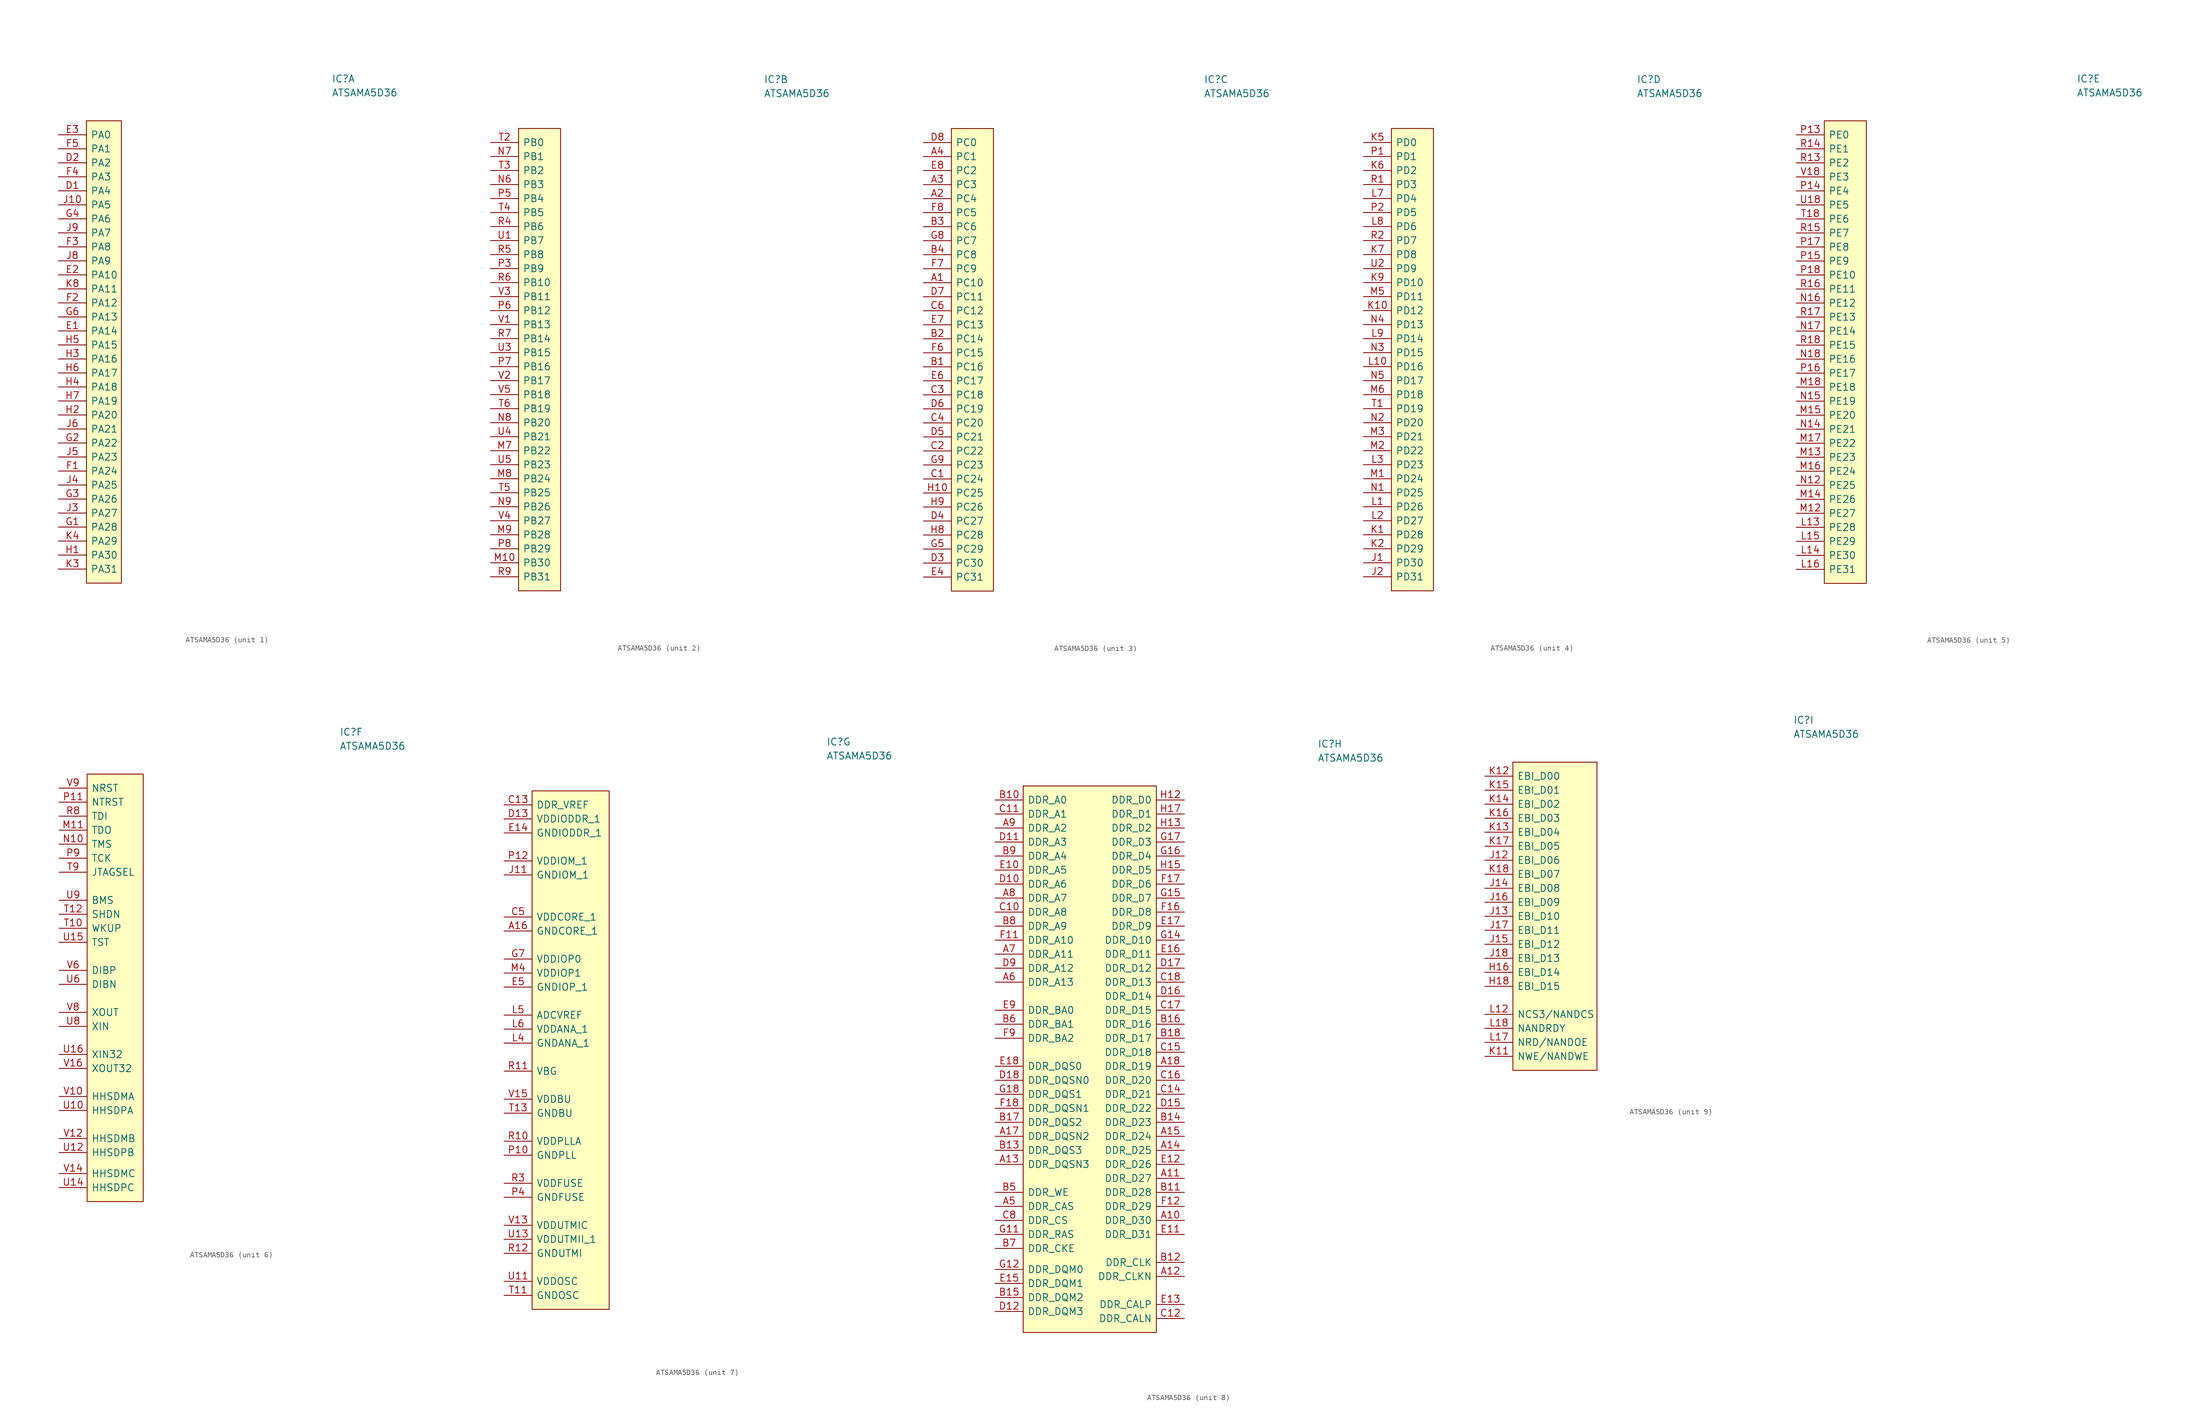
<source format=kicad_sym>
(kicad_symbol_lib
  (version 20211014)
  (generator kicad_symbol_editor)
  (symbol "ATSAMA5D36"
    (pin_names
      (offset 0.762))
    (property "Reference" "IC"
      (at 41.91 7.62 0)
      (effects (font (size 1.27 1.27)) (justify left)))
    (property "Value" "ATSAMA5D36"
      (at 41.91 5.08 0)
      (effects (font (size 1.27 1.27)) (justify left)))
    (property "ki_locked" ""
      (at 0 0 0)
      (effects (font (size 1.27 1.27))))
    (symbol "ATSAMA5D36_1_1"
      (rectangle (start -2.54 0) (end 3.81 -83.82) (stroke (width 0.152) (type default) (color 0 0 0 0)) (fill (type background)))
      (pin passive line (at -7.62 -12.7 0) (length 5.08) (name "PA4" (effects (font (size 1.27 1.27)))) (number "D1" (effects (font (size 1.27 1.27)))))
      (pin passive line (at -7.62 -7.62 0) (length 5.08) (name "PA2" (effects (font (size 1.27 1.27)))) (number "D2" (effects (font (size 1.27 1.27)))))
      (pin passive line (at -7.62 -38.1 0) (length 5.08) (name "PA14" (effects (font (size 1.27 1.27)))) (number "E1" (effects (font (size 1.27 1.27)))))
      (pin passive line (at -7.62 -27.94 0) (length 5.08) (name "PA10" (effects (font (size 1.27 1.27)))) (number "E2" (effects (font (size 1.27 1.27)))))
      (pin passive line (at -7.62 -2.54 0) (length 5.08) (name "PA0" (effects (font (size 1.27 1.27)))) (number "E3" (effects (font (size 1.27 1.27)))))
      (pin passive line (at -7.62 -63.5 0) (length 5.08) (name "PA24" (effects (font (size 1.27 1.27)))) (number "F1" (effects (font (size 1.27 1.27)))))
      (pin passive line (at -7.62 -33.02 0) (length 5.08) (name "PA12" (effects (font (size 1.27 1.27)))) (number "F2" (effects (font (size 1.27 1.27)))))
      (pin passive line (at -7.62 -22.86 0) (length 5.08) (name "PA8" (effects (font (size 1.27 1.27)))) (number "F3" (effects (font (size 1.27 1.27)))))
      (pin passive line (at -7.62 -10.16 0) (length 5.08) (name "PA3" (effects (font (size 1.27 1.27)))) (number "F4" (effects (font (size 1.27 1.27)))))
      (pin passive line (at -7.62 -5.08 0) (length 5.08) (name "PA1" (effects (font (size 1.27 1.27)))) (number "F5" (effects (font (size 1.27 1.27)))))
      (pin passive line (at -7.62 -73.66 0) (length 5.08) (name "PA28" (effects (font (size 1.27 1.27)))) (number "G1" (effects (font (size 1.27 1.27)))))
      (pin passive line (at -7.62 -58.42 0) (length 5.08) (name "PA22" (effects (font (size 1.27 1.27)))) (number "G2" (effects (font (size 1.27 1.27)))))
      (pin passive line (at -7.62 -68.58 0) (length 5.08) (name "PA26" (effects (font (size 1.27 1.27)))) (number "G3" (effects (font (size 1.27 1.27)))))
      (pin passive line (at -7.62 -17.78 0) (length 5.08) (name "PA6" (effects (font (size 1.27 1.27)))) (number "G4" (effects (font (size 1.27 1.27)))))
      (pin passive line (at -7.62 -35.56 0) (length 5.08) (name "PA13" (effects (font (size 1.27 1.27)))) (number "G6" (effects (font (size 1.27 1.27)))))
      (pin passive line (at -7.62 -78.74 0) (length 5.08) (name "PA30" (effects (font (size 1.27 1.27)))) (number "H1" (effects (font (size 1.27 1.27)))))
      (pin passive line (at -7.62 -53.34 0) (length 5.08) (name "PA20" (effects (font (size 1.27 1.27)))) (number "H2" (effects (font (size 1.27 1.27)))))
      (pin passive line (at -7.62 -43.18 0) (length 5.08) (name "PA16" (effects (font (size 1.27 1.27)))) (number "H3" (effects (font (size 1.27 1.27)))))
      (pin passive line (at -7.62 -48.26 0) (length 5.08) (name "PA18" (effects (font (size 1.27 1.27)))) (number "H4" (effects (font (size 1.27 1.27)))))
      (pin passive line (at -7.62 -40.64 0) (length 5.08) (name "PA15" (effects (font (size 1.27 1.27)))) (number "H5" (effects (font (size 1.27 1.27)))))
      (pin passive line (at -7.62 -45.72 0) (length 5.08) (name "PA17" (effects (font (size 1.27 1.27)))) (number "H6" (effects (font (size 1.27 1.27)))))
      (pin passive line (at -7.62 -50.8 0) (length 5.08) (name "PA19" (effects (font (size 1.27 1.27)))) (number "H7" (effects (font (size 1.27 1.27)))))
      (pin passive line (at -7.62 -15.24 0) (length 5.08) (name "PA5" (effects (font (size 1.27 1.27)))) (number "J10" (effects (font (size 1.27 1.27)))))
      (pin passive line (at -7.62 -71.12 0) (length 5.08) (name "PA27" (effects (font (size 1.27 1.27)))) (number "J3" (effects (font (size 1.27 1.27)))))
      (pin passive line (at -7.62 -66.04 0) (length 5.08) (name "PA25" (effects (font (size 1.27 1.27)))) (number "J4" (effects (font (size 1.27 1.27)))))
      (pin passive line (at -7.62 -60.96 0) (length 5.08) (name "PA23" (effects (font (size 1.27 1.27)))) (number "J5" (effects (font (size 1.27 1.27)))))
      (pin passive line (at -7.62 -55.88 0) (length 5.08) (name "PA21" (effects (font (size 1.27 1.27)))) (number "J6" (effects (font (size 1.27 1.27)))))
      (pin passive line (at -7.62 -25.4 0) (length 5.08) (name "PA9" (effects (font (size 1.27 1.27)))) (number "J8" (effects (font (size 1.27 1.27)))))
      (pin passive line (at -7.62 -20.32 0) (length 5.08) (name "PA7" (effects (font (size 1.27 1.27)))) (number "J9" (effects (font (size 1.27 1.27)))))
      (pin passive line (at -7.62 -81.28 0) (length 5.08) (name "PA31" (effects (font (size 1.27 1.27)))) (number "K3" (effects (font (size 1.27 1.27)))))
      (pin passive line (at -7.62 -76.2 0) (length 5.08) (name "PA29" (effects (font (size 1.27 1.27)))) (number "K4" (effects (font (size 1.27 1.27)))))
      (pin passive line (at -7.62 -30.48 0) (length 5.08) (name "PA11" (effects (font (size 1.27 1.27)))) (number "K8" (effects (font (size 1.27 1.27))))))
    (symbol "ATSAMA5D36_2_0"
      (pin passive line (at -7.62 -80.01 0) (length 5.08) (name "PB30" (effects (font (size 1.27 1.27)))) (number "M10" (effects (font (size 1.27 1.27)))))
      (pin passive line (at -7.62 -59.69 0) (length 5.08) (name "PB22" (effects (font (size 1.27 1.27)))) (number "M7" (effects (font (size 1.27 1.27)))))
      (pin passive line (at -7.62 -64.77 0) (length 5.08) (name "PB24" (effects (font (size 1.27 1.27)))) (number "M8" (effects (font (size 1.27 1.27)))))
      (pin passive line (at -7.62 -74.93 0) (length 5.08) (name "PB28" (effects (font (size 1.27 1.27)))) (number "M9" (effects (font (size 1.27 1.27)))))
      (pin passive line (at -7.62 -54.61 0) (length 5.08) (name "PB20" (effects (font (size 1.27 1.27)))) (number "N8" (effects (font (size 1.27 1.27)))))
      (pin passive line (at -7.62 -69.85 0) (length 5.08) (name "PB26" (effects (font (size 1.27 1.27)))) (number "N9" (effects (font (size 1.27 1.27)))))
      (pin passive line (at -7.62 -44.45 0) (length 5.08) (name "PB16" (effects (font (size 1.27 1.27)))) (number "P7" (effects (font (size 1.27 1.27)))))
      (pin passive line (at -7.62 -77.47 0) (length 5.08) (name "PB29" (effects (font (size 1.27 1.27)))) (number "P8" (effects (font (size 1.27 1.27)))))
      (pin passive line (at -7.62 -82.55 0) (length 5.08) (name "PB31" (effects (font (size 1.27 1.27)))) (number "R9" (effects (font (size 1.27 1.27)))))
      (pin passive line (at -7.62 -67.31 0) (length 5.08) (name "PB25" (effects (font (size 1.27 1.27)))) (number "T5" (effects (font (size 1.27 1.27)))))
      (pin passive line (at -7.62 -52.07 0) (length 5.08) (name "PB19" (effects (font (size 1.27 1.27)))) (number "T6" (effects (font (size 1.27 1.27)))))
      (pin passive line (at -7.62 -41.91 0) (length 5.08) (name "PB15" (effects (font (size 1.27 1.27)))) (number "U3" (effects (font (size 1.27 1.27)))))
      (pin passive line (at -7.62 -57.15 0) (length 5.08) (name "PB21" (effects (font (size 1.27 1.27)))) (number "U4" (effects (font (size 1.27 1.27)))))
      (pin passive line (at -7.62 -62.23 0) (length 5.08) (name "PB23" (effects (font (size 1.27 1.27)))) (number "U5" (effects (font (size 1.27 1.27)))))
      (pin passive line (at -7.62 -46.99 0) (length 5.08) (name "PB17" (effects (font (size 1.27 1.27)))) (number "V2" (effects (font (size 1.27 1.27)))))
      (pin passive line (at -7.62 -72.39 0) (length 5.08) (name "PB27" (effects (font (size 1.27 1.27)))) (number "V4" (effects (font (size 1.27 1.27)))))
      (pin passive line (at -7.62 -49.53 0) (length 5.08) (name "PB18" (effects (font (size 1.27 1.27)))) (number "V5" (effects (font (size 1.27 1.27))))))
    (symbol "ATSAMA5D36_2_1"
      (rectangle (start -2.54 -1.27) (end 5.08 -85.09) (stroke (width 0.152) (type default) (color 0 0 0 0)) (fill (type background)))
      (pin passive line (at -7.62 -11.43 0) (length 5.08) (name "PB3" (effects (font (size 1.27 1.27)))) (number "N6" (effects (font (size 1.27 1.27)))))
      (pin passive line (at -7.62 -6.35 0) (length 5.08) (name "PB1" (effects (font (size 1.27 1.27)))) (number "N7" (effects (font (size 1.27 1.27)))))
      (pin passive line (at -7.62 -26.67 0) (length 5.08) (name "PB9" (effects (font (size 1.27 1.27)))) (number "P3" (effects (font (size 1.27 1.27)))))
      (pin passive line (at -7.62 -13.97 0) (length 5.08) (name "PB4" (effects (font (size 1.27 1.27)))) (number "P5" (effects (font (size 1.27 1.27)))))
      (pin passive line (at -7.62 -34.29 0) (length 5.08) (name "PB12" (effects (font (size 1.27 1.27)))) (number "P6" (effects (font (size 1.27 1.27)))))
      (pin passive line (at -7.62 -19.05 0) (length 5.08) (name "PB6" (effects (font (size 1.27 1.27)))) (number "R4" (effects (font (size 1.27 1.27)))))
      (pin passive line (at -7.62 -24.13 0) (length 5.08) (name "PB8" (effects (font (size 1.27 1.27)))) (number "R5" (effects (font (size 1.27 1.27)))))
      (pin passive line (at -7.62 -29.21 0) (length 5.08) (name "PB10" (effects (font (size 1.27 1.27)))) (number "R6" (effects (font (size 1.27 1.27)))))
      (pin passive line (at -7.62 -39.37 0) (length 5.08) (name "PB14" (effects (font (size 1.27 1.27)))) (number "R7" (effects (font (size 1.27 1.27)))))
      (pin passive line (at -7.62 -3.81 0) (length 5.08) (name "PB0" (effects (font (size 1.27 1.27)))) (number "T2" (effects (font (size 1.27 1.27)))))
      (pin passive line (at -7.62 -8.89 0) (length 5.08) (name "PB2" (effects (font (size 1.27 1.27)))) (number "T3" (effects (font (size 1.27 1.27)))))
      (pin passive line (at -7.62 -16.51 0) (length 5.08) (name "PB5" (effects (font (size 1.27 1.27)))) (number "T4" (effects (font (size 1.27 1.27)))))
      (pin passive line (at -7.62 -21.59 0) (length 5.08) (name "PB7" (effects (font (size 1.27 1.27)))) (number "U1" (effects (font (size 1.27 1.27)))))
      (pin passive line (at -7.62 -36.83 0) (length 5.08) (name "PB13" (effects (font (size 1.27 1.27)))) (number "V1" (effects (font (size 1.27 1.27)))))
      (pin passive line (at -7.62 -31.75 0) (length 5.08) (name "PB11" (effects (font (size 1.27 1.27)))) (number "V3" (effects (font (size 1.27 1.27))))))
    (symbol "ATSAMA5D36_3_0"
      (pin passive line (at -8.89 -29.21 0) (length 5.08) (name "PC10" (effects (font (size 1.27 1.27)))) (number "A1" (effects (font (size 1.27 1.27)))))
      (pin passive line (at -8.89 -13.97 0) (length 5.08) (name "PC4" (effects (font (size 1.27 1.27)))) (number "A2" (effects (font (size 1.27 1.27)))))
      (pin passive line (at -8.89 -11.43 0) (length 5.08) (name "PC3" (effects (font (size 1.27 1.27)))) (number "A3" (effects (font (size 1.27 1.27)))))
      (pin passive line (at -8.89 -6.35 0) (length 5.08) (name "PC1" (effects (font (size 1.27 1.27)))) (number "A4" (effects (font (size 1.27 1.27)))))
      (pin passive line (at -8.89 -44.45 0) (length 5.08) (name "PC16" (effects (font (size 1.27 1.27)))) (number "B1" (effects (font (size 1.27 1.27)))))
      (pin passive line (at -8.89 -39.37 0) (length 5.08) (name "PC14" (effects (font (size 1.27 1.27)))) (number "B2" (effects (font (size 1.27 1.27)))))
      (pin passive line (at -8.89 -19.05 0) (length 5.08) (name "PC6" (effects (font (size 1.27 1.27)))) (number "B3" (effects (font (size 1.27 1.27)))))
      (pin passive line (at -8.89 -24.13 0) (length 5.08) (name "PC8" (effects (font (size 1.27 1.27)))) (number "B4" (effects (font (size 1.27 1.27)))))
      (pin passive line (at -8.89 -64.77 0) (length 5.08) (name "PC24" (effects (font (size 1.27 1.27)))) (number "C1" (effects (font (size 1.27 1.27)))))
      (pin passive line (at -8.89 -59.69 0) (length 5.08) (name "PC22" (effects (font (size 1.27 1.27)))) (number "C2" (effects (font (size 1.27 1.27)))))
      (pin passive line (at -8.89 -49.53 0) (length 5.08) (name "PC18" (effects (font (size 1.27 1.27)))) (number "C3" (effects (font (size 1.27 1.27)))))
      (pin passive line (at -8.89 -54.61 0) (length 5.08) (name "PC20" (effects (font (size 1.27 1.27)))) (number "C4" (effects (font (size 1.27 1.27)))))
      (pin passive line (at -8.89 -34.29 0) (length 5.08) (name "PC12" (effects (font (size 1.27 1.27)))) (number "C6" (effects (font (size 1.27 1.27)))))
      (pin passive line (at -8.89 -80.01 0) (length 5.08) (name "PC30" (effects (font (size 1.27 1.27)))) (number "D3" (effects (font (size 1.27 1.27)))))
      (pin passive line (at -8.89 -72.39 0) (length 5.08) (name "PC27" (effects (font (size 1.27 1.27)))) (number "D4" (effects (font (size 1.27 1.27)))))
      (pin passive line (at -8.89 -57.15 0) (length 5.08) (name "PC21" (effects (font (size 1.27 1.27)))) (number "D5" (effects (font (size 1.27 1.27)))))
      (pin passive line (at -8.89 -52.07 0) (length 5.08) (name "PC19" (effects (font (size 1.27 1.27)))) (number "D6" (effects (font (size 1.27 1.27)))))
      (pin passive line (at -8.89 -31.75 0) (length 5.08) (name "PC11" (effects (font (size 1.27 1.27)))) (number "D7" (effects (font (size 1.27 1.27)))))
      (pin passive line (at -8.89 -3.81 0) (length 5.08) (name "PC0" (effects (font (size 1.27 1.27)))) (number "D8" (effects (font (size 1.27 1.27)))))
      (pin passive line (at -8.89 -82.55 0) (length 5.08) (name "PC31" (effects (font (size 1.27 1.27)))) (number "E4" (effects (font (size 1.27 1.27)))))
      (pin passive line (at -8.89 -46.99 0) (length 5.08) (name "PC17" (effects (font (size 1.27 1.27)))) (number "E6" (effects (font (size 1.27 1.27)))))
      (pin passive line (at -8.89 -36.83 0) (length 5.08) (name "PC13" (effects (font (size 1.27 1.27)))) (number "E7" (effects (font (size 1.27 1.27)))))
      (pin passive line (at -8.89 -8.89 0) (length 5.08) (name "PC2" (effects (font (size 1.27 1.27)))) (number "E8" (effects (font (size 1.27 1.27)))))
      (pin passive line (at -8.89 -41.91 0) (length 5.08) (name "PC15" (effects (font (size 1.27 1.27)))) (number "F6" (effects (font (size 1.27 1.27)))))
      (pin passive line (at -8.89 -26.67 0) (length 5.08) (name "PC9" (effects (font (size 1.27 1.27)))) (number "F7" (effects (font (size 1.27 1.27)))))
      (pin passive line (at -8.89 -16.51 0) (length 5.08) (name "PC5" (effects (font (size 1.27 1.27)))) (number "F8" (effects (font (size 1.27 1.27)))))
      (pin passive line (at -8.89 -77.47 0) (length 5.08) (name "PC29" (effects (font (size 1.27 1.27)))) (number "G5" (effects (font (size 1.27 1.27)))))
      (pin passive line (at -8.89 -21.59 0) (length 5.08) (name "PC7" (effects (font (size 1.27 1.27)))) (number "G8" (effects (font (size 1.27 1.27)))))
      (pin passive line (at -8.89 -62.23 0) (length 5.08) (name "PC23" (effects (font (size 1.27 1.27)))) (number "G9" (effects (font (size 1.27 1.27)))))
      (pin passive line (at -8.89 -67.31 0) (length 5.08) (name "PC25" (effects (font (size 1.27 1.27)))) (number "H10" (effects (font (size 1.27 1.27)))))
      (pin passive line (at -8.89 -74.93 0) (length 5.08) (name "PC28" (effects (font (size 1.27 1.27)))) (number "H8" (effects (font (size 1.27 1.27)))))
      (pin passive line (at -8.89 -69.85 0) (length 5.08) (name "PC26" (effects (font (size 1.27 1.27)))) (number "H9" (effects (font (size 1.27 1.27))))))
    (symbol "ATSAMA5D36_3_1"
      (rectangle (start -3.81 -1.27) (end 3.81 -85.09) (stroke (width 0.152) (type default) (color 0 0 0 0)) (fill (type background))))
    (symbol "ATSAMA5D36_4_0"
      (pin passive line (at -7.62 -80.01 0) (length 5.08) (name "PD30" (effects (font (size 1.27 1.27)))) (number "J1" (effects (font (size 1.27 1.27)))))
      (pin passive line (at -7.62 -82.55 0) (length 5.08) (name "PD31" (effects (font (size 1.27 1.27)))) (number "J2" (effects (font (size 1.27 1.27)))))
      (pin passive line (at -7.62 -74.93 0) (length 5.08) (name "PD28" (effects (font (size 1.27 1.27)))) (number "K1" (effects (font (size 1.27 1.27)))))
      (pin passive line (at -7.62 -34.29 0) (length 5.08) (name "PD12" (effects (font (size 1.27 1.27)))) (number "K10" (effects (font (size 1.27 1.27)))))
      (pin passive line (at -7.62 -77.47 0) (length 5.08) (name "PD29" (effects (font (size 1.27 1.27)))) (number "K2" (effects (font (size 1.27 1.27)))))
      (pin passive line (at -7.62 -3.81 0) (length 5.08) (name "PD0" (effects (font (size 1.27 1.27)))) (number "K5" (effects (font (size 1.27 1.27)))))
      (pin passive line (at -7.62 -8.89 0) (length 5.08) (name "PD2" (effects (font (size 1.27 1.27)))) (number "K6" (effects (font (size 1.27 1.27)))))
      (pin passive line (at -7.62 -24.13 0) (length 5.08) (name "PD8" (effects (font (size 1.27 1.27)))) (number "K7" (effects (font (size 1.27 1.27)))))
      (pin passive line (at -7.62 -29.21 0) (length 5.08) (name "PD10" (effects (font (size 1.27 1.27)))) (number "K9" (effects (font (size 1.27 1.27)))))
      (pin passive line (at -7.62 -69.85 0) (length 5.08) (name "PD26" (effects (font (size 1.27 1.27)))) (number "L1" (effects (font (size 1.27 1.27)))))
      (pin passive line (at -7.62 -44.45 0) (length 5.08) (name "PD16" (effects (font (size 1.27 1.27)))) (number "L10" (effects (font (size 1.27 1.27)))))
      (pin passive line (at -7.62 -72.39 0) (length 5.08) (name "PD27" (effects (font (size 1.27 1.27)))) (number "L2" (effects (font (size 1.27 1.27)))))
      (pin passive line (at -7.62 -62.23 0) (length 5.08) (name "PD23" (effects (font (size 1.27 1.27)))) (number "L3" (effects (font (size 1.27 1.27)))))
      (pin passive line (at -7.62 -13.97 0) (length 5.08) (name "PD4" (effects (font (size 1.27 1.27)))) (number "L7" (effects (font (size 1.27 1.27)))))
      (pin passive line (at -7.62 -19.05 0) (length 5.08) (name "PD6" (effects (font (size 1.27 1.27)))) (number "L8" (effects (font (size 1.27 1.27)))))
      (pin passive line (at -7.62 -39.37 0) (length 5.08) (name "PD14" (effects (font (size 1.27 1.27)))) (number "L9" (effects (font (size 1.27 1.27)))))
      (pin passive line (at -7.62 -64.77 0) (length 5.08) (name "PD24" (effects (font (size 1.27 1.27)))) (number "M1" (effects (font (size 1.27 1.27)))))
      (pin passive line (at -7.62 -59.69 0) (length 5.08) (name "PD22" (effects (font (size 1.27 1.27)))) (number "M2" (effects (font (size 1.27 1.27)))))
      (pin passive line (at -7.62 -57.15 0) (length 5.08) (name "PD21" (effects (font (size 1.27 1.27)))) (number "M3" (effects (font (size 1.27 1.27)))))
      (pin passive line (at -7.62 -31.75 0) (length 5.08) (name "PD11" (effects (font (size 1.27 1.27)))) (number "M5" (effects (font (size 1.27 1.27)))))
      (pin passive line (at -7.62 -49.53 0) (length 5.08) (name "PD18" (effects (font (size 1.27 1.27)))) (number "M6" (effects (font (size 1.27 1.27)))))
      (pin passive line (at -7.62 -67.31 0) (length 5.08) (name "PD25" (effects (font (size 1.27 1.27)))) (number "N1" (effects (font (size 1.27 1.27)))))
      (pin passive line (at -7.62 -54.61 0) (length 5.08) (name "PD20" (effects (font (size 1.27 1.27)))) (number "N2" (effects (font (size 1.27 1.27)))))
      (pin passive line (at -7.62 -41.91 0) (length 5.08) (name "PD15" (effects (font (size 1.27 1.27)))) (number "N3" (effects (font (size 1.27 1.27)))))
      (pin passive line (at -7.62 -36.83 0) (length 5.08) (name "PD13" (effects (font (size 1.27 1.27)))) (number "N4" (effects (font (size 1.27 1.27)))))
      (pin passive line (at -7.62 -46.99 0) (length 5.08) (name "PD17" (effects (font (size 1.27 1.27)))) (number "N5" (effects (font (size 1.27 1.27)))))
      (pin passive line (at -7.62 -6.35 0) (length 5.08) (name "PD1" (effects (font (size 1.27 1.27)))) (number "P1" (effects (font (size 1.27 1.27)))))
      (pin passive line (at -7.62 -16.51 0) (length 5.08) (name "PD5" (effects (font (size 1.27 1.27)))) (number "P2" (effects (font (size 1.27 1.27)))))
      (pin passive line (at -7.62 -11.43 0) (length 5.08) (name "PD3" (effects (font (size 1.27 1.27)))) (number "R1" (effects (font (size 1.27 1.27)))))
      (pin passive line (at -7.62 -21.59 0) (length 5.08) (name "PD7" (effects (font (size 1.27 1.27)))) (number "R2" (effects (font (size 1.27 1.27)))))
      (pin passive line (at -7.62 -52.07 0) (length 5.08) (name "PD19" (effects (font (size 1.27 1.27)))) (number "T1" (effects (font (size 1.27 1.27)))))
      (pin passive line (at -7.62 -26.67 0) (length 5.08) (name "PD9" (effects (font (size 1.27 1.27)))) (number "U2" (effects (font (size 1.27 1.27))))))
    (symbol "ATSAMA5D36_4_1"
      (rectangle (start -2.54 -1.27) (end 5.08 -85.09) (stroke (width 0.152) (type default) (color 0 0 0 0)) (fill (type background))))
    (symbol "ATSAMA5D36_5_0"
      (pin passive line (at -8.89 -73.66 0) (length 5.08) (name "PE28" (effects (font (size 1.27 1.27)))) (number "L13" (effects (font (size 1.27 1.27)))))
      (pin passive line (at -8.89 -78.74 0) (length 5.08) (name "PE30" (effects (font (size 1.27 1.27)))) (number "L14" (effects (font (size 1.27 1.27)))))
      (pin passive line (at -8.89 -76.2 0) (length 5.08) (name "PE29" (effects (font (size 1.27 1.27)))) (number "L15" (effects (font (size 1.27 1.27)))))
      (pin passive line (at -8.89 -81.28 0) (length 5.08) (name "PE31" (effects (font (size 1.27 1.27)))) (number "L16" (effects (font (size 1.27 1.27)))))
      (pin passive line (at -8.89 -71.12 0) (length 5.08) (name "PE27" (effects (font (size 1.27 1.27)))) (number "M12" (effects (font (size 1.27 1.27)))))
      (pin passive line (at -8.89 -60.96 0) (length 5.08) (name "PE23" (effects (font (size 1.27 1.27)))) (number "M13" (effects (font (size 1.27 1.27)))))
      (pin passive line (at -8.89 -68.58 0) (length 5.08) (name "PE26" (effects (font (size 1.27 1.27)))) (number "M14" (effects (font (size 1.27 1.27)))))
      (pin passive line (at -8.89 -53.34 0) (length 5.08) (name "PE20" (effects (font (size 1.27 1.27)))) (number "M15" (effects (font (size 1.27 1.27)))))
      (pin passive line (at -8.89 -63.5 0) (length 5.08) (name "PE24" (effects (font (size 1.27 1.27)))) (number "M16" (effects (font (size 1.27 1.27)))))
      (pin passive line (at -8.89 -58.42 0) (length 5.08) (name "PE22" (effects (font (size 1.27 1.27)))) (number "M17" (effects (font (size 1.27 1.27)))))
      (pin passive line (at -8.89 -48.26 0) (length 5.08) (name "PE18" (effects (font (size 1.27 1.27)))) (number "M18" (effects (font (size 1.27 1.27)))))
      (pin passive line (at -8.89 -66.04 0) (length 5.08) (name "PE25" (effects (font (size 1.27 1.27)))) (number "N12" (effects (font (size 1.27 1.27)))))
      (pin passive line (at -8.89 -55.88 0) (length 5.08) (name "PE21" (effects (font (size 1.27 1.27)))) (number "N14" (effects (font (size 1.27 1.27)))))
      (pin passive line (at -8.89 -50.8 0) (length 5.08) (name "PE19" (effects (font (size 1.27 1.27)))) (number "N15" (effects (font (size 1.27 1.27)))))
      (pin passive line (at -8.89 -33.02 0) (length 5.08) (name "PE12" (effects (font (size 1.27 1.27)))) (number "N16" (effects (font (size 1.27 1.27)))))
      (pin passive line (at -8.89 -38.1 0) (length 5.08) (name "PE14" (effects (font (size 1.27 1.27)))) (number "N17" (effects (font (size 1.27 1.27)))))
      (pin passive line (at -8.89 -43.18 0) (length 5.08) (name "PE16" (effects (font (size 1.27 1.27)))) (number "N18" (effects (font (size 1.27 1.27)))))
      (pin passive line (at -8.89 -2.54 0) (length 5.08) (name "PE0" (effects (font (size 1.27 1.27)))) (number "P13" (effects (font (size 1.27 1.27)))))
      (pin passive line (at -8.89 -12.7 0) (length 5.08) (name "PE4" (effects (font (size 1.27 1.27)))) (number "P14" (effects (font (size 1.27 1.27)))))
      (pin passive line (at -8.89 -25.4 0) (length 5.08) (name "PE9" (effects (font (size 1.27 1.27)))) (number "P15" (effects (font (size 1.27 1.27)))))
      (pin passive line (at -8.89 -45.72 0) (length 5.08) (name "PE17" (effects (font (size 1.27 1.27)))) (number "P16" (effects (font (size 1.27 1.27)))))
      (pin passive line (at -8.89 -22.86 0) (length 5.08) (name "PE8" (effects (font (size 1.27 1.27)))) (number "P17" (effects (font (size 1.27 1.27)))))
      (pin passive line (at -8.89 -27.94 0) (length 5.08) (name "PE10" (effects (font (size 1.27 1.27)))) (number "P18" (effects (font (size 1.27 1.27)))))
      (pin passive line (at -8.89 -7.62 0) (length 5.08) (name "PE2" (effects (font (size 1.27 1.27)))) (number "R13" (effects (font (size 1.27 1.27)))))
      (pin passive line (at -8.89 -5.08 0) (length 5.08) (name "PE1" (effects (font (size 1.27 1.27)))) (number "R14" (effects (font (size 1.27 1.27)))))
      (pin passive line (at -8.89 -20.32 0) (length 5.08) (name "PE7" (effects (font (size 1.27 1.27)))) (number "R15" (effects (font (size 1.27 1.27)))))
      (pin passive line (at -8.89 -30.48 0) (length 5.08) (name "PE11" (effects (font (size 1.27 1.27)))) (number "R16" (effects (font (size 1.27 1.27)))))
      (pin passive line (at -8.89 -35.56 0) (length 5.08) (name "PE13" (effects (font (size 1.27 1.27)))) (number "R17" (effects (font (size 1.27 1.27)))))
      (pin passive line (at -8.89 -40.64 0) (length 5.08) (name "PE15" (effects (font (size 1.27 1.27)))) (number "R18" (effects (font (size 1.27 1.27)))))
      (pin passive line (at -8.89 -17.78 0) (length 5.08) (name "PE6" (effects (font (size 1.27 1.27)))) (number "T18" (effects (font (size 1.27 1.27)))))
      (pin passive line (at -8.89 -15.24 0) (length 5.08) (name "PE5" (effects (font (size 1.27 1.27)))) (number "U18" (effects (font (size 1.27 1.27)))))
      (pin passive line (at -8.89 -10.16 0) (length 5.08) (name "PE3" (effects (font (size 1.27 1.27)))) (number "V18" (effects (font (size 1.27 1.27))))))
    (symbol "ATSAMA5D36_5_1"
      (rectangle (start -3.81 0) (end 3.81 -83.82) (stroke (width 0.152) (type default) (color 0 0 0 0)) (fill (type background))))
    (symbol "ATSAMA5D36_6_0"
      (pin passive line (at -8.89 -10.16 0) (length 5.08) (name "TDO" (effects (font (size 1.27 1.27)))) (number "M11" (effects (font (size 1.27 1.27)))))
      (pin passive line (at -8.89 -12.7 0) (length 5.08) (name "TMS" (effects (font (size 1.27 1.27)))) (number "N10" (effects (font (size 1.27 1.27)))))
      (pin passive line (at -8.89 -5.08 0) (length 5.08) (name "NTRST" (effects (font (size 1.27 1.27)))) (number "P11" (effects (font (size 1.27 1.27)))))
      (pin passive line (at -8.89 -15.24 0) (length 5.08) (name "TCK" (effects (font (size 1.27 1.27)))) (number "P9" (effects (font (size 1.27 1.27)))))
      (pin passive line (at -8.89 -7.62 0) (length 5.08) (name "TDI" (effects (font (size 1.27 1.27)))) (number "R8" (effects (font (size 1.27 1.27)))))
      (pin passive line (at -8.89 -27.94 0) (length 5.08) (name "WKUP" (effects (font (size 1.27 1.27)))) (number "T10" (effects (font (size 1.27 1.27)))))
      (pin passive line (at -8.89 -25.4 0) (length 5.08) (name "SHDN" (effects (font (size 1.27 1.27)))) (number "T12" (effects (font (size 1.27 1.27)))))
      (pin passive line (at -8.89 -17.78 0) (length 5.08) (name "JTAGSEL" (effects (font (size 1.27 1.27)))) (number "T9" (effects (font (size 1.27 1.27)))))
      (pin passive line (at -8.89 -60.96 0) (length 5.08) (name "HHSDPA" (effects (font (size 1.27 1.27)))) (number "U10" (effects (font (size 1.27 1.27)))))
      (pin passive line (at -8.89 -68.58 0) (length 5.08) (name "HHSDPB" (effects (font (size 1.27 1.27)))) (number "U12" (effects (font (size 1.27 1.27)))))
      (pin passive line (at -8.89 -74.93 0) (length 5.08) (name "HHSDPC" (effects (font (size 1.27 1.27)))) (number "U14" (effects (font (size 1.27 1.27)))))
      (pin passive line (at -8.89 -30.48 0) (length 5.08) (name "TST" (effects (font (size 1.27 1.27)))) (number "U15" (effects (font (size 1.27 1.27)))))
      (pin passive line (at -8.89 -50.8 0) (length 5.08) (name "XIN32" (effects (font (size 1.27 1.27)))) (number "U16" (effects (font (size 1.27 1.27)))))
      (pin passive line (at -8.89 -38.1 0) (length 5.08) (name "DIBN" (effects (font (size 1.27 1.27)))) (number "U6" (effects (font (size 1.27 1.27)))))
      (pin passive line (at -8.89 -45.72 0) (length 5.08) (name "XIN" (effects (font (size 1.27 1.27)))) (number "U8" (effects (font (size 1.27 1.27)))))
      (pin passive line (at -8.89 -22.86 0) (length 5.08) (name "BMS" (effects (font (size 1.27 1.27)))) (number "U9" (effects (font (size 1.27 1.27)))))
      (pin passive line (at -8.89 -58.42 0) (length 5.08) (name "HHSDMA" (effects (font (size 1.27 1.27)))) (number "V10" (effects (font (size 1.27 1.27)))))
      (pin passive line (at -8.89 -66.04 0) (length 5.08) (name "HHSDMB" (effects (font (size 1.27 1.27)))) (number "V12" (effects (font (size 1.27 1.27)))))
      (pin passive line (at -8.89 -72.39 0) (length 5.08) (name "HHSDMC" (effects (font (size 1.27 1.27)))) (number "V14" (effects (font (size 1.27 1.27)))))
      (pin passive line (at -8.89 -53.34 0) (length 5.08) (name "XOUT32" (effects (font (size 1.27 1.27)))) (number "V16" (effects (font (size 1.27 1.27)))))
      (pin passive line (at -8.89 -35.56 0) (length 5.08) (name "DIBP" (effects (font (size 1.27 1.27)))) (number "V6" (effects (font (size 1.27 1.27)))))
      (pin passive line (at -8.89 -43.18 0) (length 5.08) (name "XOUT" (effects (font (size 1.27 1.27)))) (number "V8" (effects (font (size 1.27 1.27)))))
      (pin passive line (at -8.89 -2.54 0) (length 5.08) (name "NRST" (effects (font (size 1.27 1.27)))) (number "V9" (effects (font (size 1.27 1.27))))))
    (symbol "ATSAMA5D36_6_1"
      (rectangle (start -3.81 0) (end 6.35 -77.47) (stroke (width 0.152) (type default) (color 0 0 0 0)) (fill (type background))))
    (symbol "ATSAMA5D36_7_0"
      (pin passive line (at -16.51 -26.67 0) (length 5.08) (name "GNDCORE_1" (effects (font (size 1.27 1.27)))) (number "A16" (effects (font (size 1.27 1.27)))))
      (pin passive line (at -16.51 -3.81 0) (length 5.08) (name "DDR_VREF" (effects (font (size 1.27 1.27)))) (number "C13" (effects (font (size 1.27 1.27)))))
      (pin passive line (at -16.51 -24.13 0) (length 5.08) (name "VDDCORE_1" (effects (font (size 1.27 1.27)))) (number "C5" (effects (font (size 1.27 1.27)))))
      (pin passive line (at -16.51 -24.13 0) (length 5.08) hide (name "VDDCORE" (effects (font (size 1.27 1.27)))) (number "C7" (effects (font (size 1.27 1.27)))))
      (pin passive line (at -16.51 -26.67 0) (length 5.08) hide (name "GNDCORE_2" (effects (font (size 1.27 1.27)))) (number "C9" (effects (font (size 1.27 1.27)))))
      (pin passive line (at -16.51 -6.35 0) (length 5.08) (name "VDDIODDR_1" (effects (font (size 1.27 1.27)))) (number "D13" (effects (font (size 1.27 1.27)))))
      (pin passive line (at -16.51 -24.13 0) (length 5.08) hide (name "VDDCORE" (effects (font (size 1.27 1.27)))) (number "D14" (effects (font (size 1.27 1.27)))))
      (pin passive line (at -16.51 -8.89 0) (length 5.08) (name "GNDIODDR_1" (effects (font (size 1.27 1.27)))) (number "E14" (effects (font (size 1.27 1.27)))))
      (pin passive line (at -16.51 -36.83 0) (length 5.08) (name "GNDIOP_1" (effects (font (size 1.27 1.27)))) (number "E5" (effects (font (size 1.27 1.27)))))
      (pin passive line (at -16.51 -8.89 0) (length 5.08) hide (name "GNDIODDR_2" (effects (font (size 1.27 1.27)))) (number "F10" (effects (font (size 1.27 1.27)))))
      (pin passive line (at -16.51 -8.89 0) (length 5.08) hide (name "GNDIODDR_3" (effects (font (size 1.27 1.27)))) (number "F13" (effects (font (size 1.27 1.27)))))
      (pin passive line (at -16.51 -6.35 0) (length 5.08) hide (name "VDDIODDR_2" (effects (font (size 1.27 1.27)))) (number "F14" (effects (font (size 1.27 1.27)))))
      (pin passive line (at -16.51 -8.89 0) (length 5.08) hide (name "GNDIODDR_4" (effects (font (size 1.27 1.27)))) (number "F15" (effects (font (size 1.27 1.27)))))
      (pin passive line (at -16.51 -6.35 0) (length 5.08) hide (name "VDDIODDR_3" (effects (font (size 1.27 1.27)))) (number "G10" (effects (font (size 1.27 1.27)))))
      (pin passive line (at -16.51 -6.35 0) (length 5.08) hide (name "VDDIODDR_4" (effects (font (size 1.27 1.27)))) (number "G13" (effects (font (size 1.27 1.27)))))
      (pin passive line (at -16.51 -31.75 0) (length 5.08) (name "VDDIOP0" (effects (font (size 1.27 1.27)))) (number "G7" (effects (font (size 1.27 1.27)))))
      (pin passive line (at -16.51 -6.35 0) (length 5.08) hide (name "VDDIODDR_5" (effects (font (size 1.27 1.27)))) (number "H11" (effects (font (size 1.27 1.27)))))
      (pin passive line (at -16.51 -8.89 0) (length 5.08) hide (name "GNDIODDR_5" (effects (font (size 1.27 1.27)))) (number "H14" (effects (font (size 1.27 1.27)))))
      (pin passive line (at -16.51 -16.51 0) (length 5.08) (name "GNDIOM_1" (effects (font (size 1.27 1.27)))) (number "J11" (effects (font (size 1.27 1.27)))))
      (pin passive line (at -16.51 -13.97 0) (length 5.08) hide (name "VDDIOM_3" (effects (font (size 1.27 1.27)))) (number "J11" (effects (font (size 1.27 1.27)))))
      (pin passive line (at -16.51 -36.83 0) (length 5.08) hide (name "GNDIOP_2" (effects (font (size 1.27 1.27)))) (number "J7" (effects (font (size 1.27 1.27)))))
      (pin passive line (at -16.51 -34.29 0) (length 5.08) hide (name "VDDIOP1" (effects (font (size 1.27 1.27)))) (number "L11" (effects (font (size 1.27 1.27)))))
      (pin passive line (at -16.51 -46.99 0) (length 5.08) (name "GNDANA_1" (effects (font (size 1.27 1.27)))) (number "L4" (effects (font (size 1.27 1.27)))))
      (pin passive line (at -16.51 -41.91 0) (length 5.08) (name "ADCVREF" (effects (font (size 1.27 1.27)))) (number "L5" (effects (font (size 1.27 1.27)))))
      (pin passive line (at -16.51 -44.45 0) (length 5.08) (name "VDDANA_1" (effects (font (size 1.27 1.27)))) (number "L6" (effects (font (size 1.27 1.27)))))
      (pin passive line (at -16.51 -34.29 0) (length 5.08) (name "VDDIOP1" (effects (font (size 1.27 1.27)))) (number "M4" (effects (font (size 1.27 1.27)))))
      (pin passive line (at -16.51 -36.83 0) (length 5.08) hide (name "GNDIOP_3" (effects (font (size 1.27 1.27)))) (number "N11" (effects (font (size 1.27 1.27)))))
      (pin passive line (at -16.51 -26.67 0) (length 5.08) hide (name "GNDCORE_3" (effects (font (size 1.27 1.27)))) (number "N13" (effects (font (size 1.27 1.27)))))
      (pin passive line (at -16.51 -67.31 0) (length 5.08) (name "GNDPLL" (effects (font (size 1.27 1.27)))) (number "P10" (effects (font (size 1.27 1.27)))))
      (pin passive line (at -16.51 -13.97 0) (length 5.08) (name "VDDIOM_1" (effects (font (size 1.27 1.27)))) (number "P12" (effects (font (size 1.27 1.27)))))
      (pin passive line (at -16.51 -74.93 0) (length 5.08) (name "GNDFUSE" (effects (font (size 1.27 1.27)))) (number "P4" (effects (font (size 1.27 1.27)))))
      (pin passive line (at -16.51 -64.77 0) (length 5.08) (name "VDDPLLA" (effects (font (size 1.27 1.27)))) (number "R10" (effects (font (size 1.27 1.27)))))
      (pin passive line (at -16.51 -52.07 0) (length 5.08) (name "VBG" (effects (font (size 1.27 1.27)))) (number "R11" (effects (font (size 1.27 1.27)))))
      (pin passive line (at -16.51 -85.09 0) (length 5.08) (name "GNDUTMI" (effects (font (size 1.27 1.27)))) (number "R12" (effects (font (size 1.27 1.27)))))
      (pin passive line (at -16.51 -72.39 0) (length 5.08) (name "VDDFUSE" (effects (font (size 1.27 1.27)))) (number "R3" (effects (font (size 1.27 1.27)))))
      (pin passive line (at -16.51 -92.71 0) (length 5.08) (name "GNDOSC" (effects (font (size 1.27 1.27)))) (number "T11" (effects (font (size 1.27 1.27)))))
      (pin passive line (at -16.51 -59.69 0) (length 5.08) (name "GNDBU" (effects (font (size 1.27 1.27)))) (number "T13" (effects (font (size 1.27 1.27)))))
      (pin passive line (at -16.51 -26.67 0) (length 5.08) hide (name "GNDCORE_4" (effects (font (size 1.27 1.27)))) (number "T14" (effects (font (size 1.27 1.27)))))
      (pin passive line (at -16.51 -24.13 0) (length 5.08) hide (name "VDDCORE" (effects (font (size 1.27 1.27)))) (number "T15" (effects (font (size 1.27 1.27)))))
      (pin passive line (at -16.51 -13.97 0) (length 5.08) hide (name "VDDIOM_2" (effects (font (size 1.27 1.27)))) (number "T16" (effects (font (size 1.27 1.27)))))
      (pin passive line (at -16.51 -16.51 0) (length 5.08) hide (name "GNDIOM_2" (effects (font (size 1.27 1.27)))) (number "T17" (effects (font (size 1.27 1.27)))))
      (pin passive line (at -16.51 -13.97 0) (length 5.08) hide (name "VDDIOM_4" (effects (font (size 1.27 1.27)))) (number "T17" (effects (font (size 1.27 1.27)))))
      (pin passive line (at -16.51 -24.13 0) (length 5.08) hide (name "VDDCORE" (effects (font (size 1.27 1.27)))) (number "T7" (effects (font (size 1.27 1.27)))))
      (pin passive line (at -16.51 -26.67 0) (length 5.08) hide (name "GNDCORE_5" (effects (font (size 1.27 1.27)))) (number "T8" (effects (font (size 1.27 1.27)))))
      (pin passive line (at -16.51 -90.17 0) (length 5.08) (name "VDDOSC" (effects (font (size 1.27 1.27)))) (number "U11" (effects (font (size 1.27 1.27)))))
      (pin passive line (at -16.51 -82.55 0) (length 5.08) (name "VDDUTMII_1" (effects (font (size 1.27 1.27)))) (number "U13" (effects (font (size 1.27 1.27)))))
      (pin passive line (at -16.51 -24.13 0) (length 5.08) hide (name "VDDCORE" (effects (font (size 1.27 1.27)))) (number "U17" (effects (font (size 1.27 1.27)))))
      (pin passive line (at -16.51 -36.83 0) (length 5.08) hide (name "GNDIOP_4" (effects (font (size 1.27 1.27)))) (number "U7" (effects (font (size 1.27 1.27)))))
      (pin passive line (at -16.51 -31.75 0) (length 5.08) hide (name "VDDIOP0" (effects (font (size 1.27 1.27)))) (number "V11" (effects (font (size 1.27 1.27)))))
      (pin passive line (at -16.51 -80.01 0) (length 5.08) (name "VDDUTMIC" (effects (font (size 1.27 1.27)))) (number "V13" (effects (font (size 1.27 1.27)))))
      (pin passive line (at -16.51 -57.15 0) (length 5.08) (name "VDDBU" (effects (font (size 1.27 1.27)))) (number "V15" (effects (font (size 1.27 1.27)))))
      (pin passive line (at -16.51 -26.67 0) (length 5.08) hide (name "GNDCORE_6" (effects (font (size 1.27 1.27)))) (number "V17" (effects (font (size 1.27 1.27)))))
      (pin passive line (at -16.51 -24.13 0) (length 5.08) hide (name "VDDCORE" (effects (font (size 1.27 1.27)))) (number "V7" (effects (font (size 1.27 1.27))))))
    (symbol "ATSAMA5D36_7_1"
      (rectangle (start -11.43 -1.27) (end 2.54 -95.25) (stroke (width 0.152) (type default) (color 0 0 0 0)) (fill (type background))))
    (symbol "ATSAMA5D36_8_0"
      (pin passive line (at 17.78 -78.74 180) (length 5.08) (name "DDR_D30" (effects (font (size 1.27 1.27)))) (number "A10" (effects (font (size 1.27 1.27)))))
      (pin passive line (at 17.78 -71.12 180) (length 5.08) (name "DDR_D27" (effects (font (size 1.27 1.27)))) (number "A11" (effects (font (size 1.27 1.27)))))
      (pin passive line (at 17.78 -88.9 180) (length 5.08) (name "DDR_CLKN" (effects (font (size 1.27 1.27)))) (number "A12" (effects (font (size 1.27 1.27)))))
      (pin passive line (at -16.51 -68.58 0) (length 5.08) (name "DDR_DQSN3" (effects (font (size 1.27 1.27)))) (number "A13" (effects (font (size 1.27 1.27)))))
      (pin passive line (at 17.78 -66.04 180) (length 5.08) (name "DDR_D25" (effects (font (size 1.27 1.27)))) (number "A14" (effects (font (size 1.27 1.27)))))
      (pin passive line (at 17.78 -63.5 180) (length 5.08) (name "DDR_D24" (effects (font (size 1.27 1.27)))) (number "A15" (effects (font (size 1.27 1.27)))))
      (pin passive line (at -16.51 -63.5 0) (length 5.08) (name "DDR_DQSN2" (effects (font (size 1.27 1.27)))) (number "A17" (effects (font (size 1.27 1.27)))))
      (pin passive line (at 17.78 -50.8 180) (length 5.08) (name "DDR_D19" (effects (font (size 1.27 1.27)))) (number "A18" (effects (font (size 1.27 1.27)))))
      (pin passive line (at -16.51 -76.2 0) (length 5.08) (name "DDR_CAS" (effects (font (size 1.27 1.27)))) (number "A5" (effects (font (size 1.27 1.27)))))
      (pin passive line (at -16.51 -35.56 0) (length 5.08) (name "DDR_A13" (effects (font (size 1.27 1.27)))) (number "A6" (effects (font (size 1.27 1.27)))))
      (pin passive line (at -16.51 -30.48 0) (length 5.08) (name "DDR_A11" (effects (font (size 1.27 1.27)))) (number "A7" (effects (font (size 1.27 1.27)))))
      (pin passive line (at -16.51 -20.32 0) (length 5.08) (name "DDR_A7" (effects (font (size 1.27 1.27)))) (number "A8" (effects (font (size 1.27 1.27)))))
      (pin passive line (at -16.51 -7.62 0) (length 5.08) (name "DDR_A2" (effects (font (size 1.27 1.27)))) (number "A9" (effects (font (size 1.27 1.27)))))
      (pin passive line (at -16.51 -2.54 0) (length 5.08) (name "DDR_A0" (effects (font (size 1.27 1.27)))) (number "B10" (effects (font (size 1.27 1.27)))))
      (pin passive line (at 17.78 -73.66 180) (length 5.08) (name "DDR_D28" (effects (font (size 1.27 1.27)))) (number "B11" (effects (font (size 1.27 1.27)))))
      (pin passive line (at 17.78 -86.36 180) (length 5.08) (name "DDR_CLK" (effects (font (size 1.27 1.27)))) (number "B12" (effects (font (size 1.27 1.27)))))
      (pin passive line (at -16.51 -66.04 0) (length 5.08) (name "DDR_DQS3" (effects (font (size 1.27 1.27)))) (number "B13" (effects (font (size 1.27 1.27)))))
      (pin passive line (at 17.78 -60.96 180) (length 5.08) (name "DDR_D23" (effects (font (size 1.27 1.27)))) (number "B14" (effects (font (size 1.27 1.27)))))
      (pin passive line (at -16.51 -92.71 0) (length 5.08) (name "DDR_DQM2" (effects (font (size 1.27 1.27)))) (number "B15" (effects (font (size 1.27 1.27)))))
      (pin passive line (at 17.78 -43.18 180) (length 5.08) (name "DDR_D16" (effects (font (size 1.27 1.27)))) (number "B16" (effects (font (size 1.27 1.27)))))
      (pin passive line (at -16.51 -60.96 0) (length 5.08) (name "DDR_DQS2" (effects (font (size 1.27 1.27)))) (number "B17" (effects (font (size 1.27 1.27)))))
      (pin passive line (at 17.78 -45.72 180) (length 5.08) (name "DDR_D17" (effects (font (size 1.27 1.27)))) (number "B18" (effects (font (size 1.27 1.27)))))
      (pin passive line (at -16.51 -73.66 0) (length 5.08) (name "DDR_WE" (effects (font (size 1.27 1.27)))) (number "B5" (effects (font (size 1.27 1.27)))))
      (pin passive line (at -16.51 -43.18 0) (length 5.08) (name "DDR_BA1" (effects (font (size 1.27 1.27)))) (number "B6" (effects (font (size 1.27 1.27)))))
      (pin passive line (at -16.51 -83.82 0) (length 5.08) (name "DDR_CKE" (effects (font (size 1.27 1.27)))) (number "B7" (effects (font (size 1.27 1.27)))))
      (pin passive line (at -16.51 -25.4 0) (length 5.08) (name "DDR_A9" (effects (font (size 1.27 1.27)))) (number "B8" (effects (font (size 1.27 1.27)))))
      (pin passive line (at -16.51 -12.7 0) (length 5.08) (name "DDR_A4" (effects (font (size 1.27 1.27)))) (number "B9" (effects (font (size 1.27 1.27)))))
      (pin passive line (at -16.51 -22.86 0) (length 5.08) (name "DDR_A8" (effects (font (size 1.27 1.27)))) (number "C10" (effects (font (size 1.27 1.27)))))
      (pin passive line (at -16.51 -5.08 0) (length 5.08) (name "DDR_A1" (effects (font (size 1.27 1.27)))) (number "C11" (effects (font (size 1.27 1.27)))))
      (pin passive line (at 17.78 -96.52 180) (length 5.08) (name "DDR_CALN" (effects (font (size 1.27 1.27)))) (number "C12" (effects (font (size 1.27 1.27)))))
      (pin passive line (at 17.78 -55.88 180) (length 5.08) (name "DDR_D21" (effects (font (size 1.27 1.27)))) (number "C14" (effects (font (size 1.27 1.27)))))
      (pin passive line (at 17.78 -48.26 180) (length 5.08) (name "DDR_D18" (effects (font (size 1.27 1.27)))) (number "C15" (effects (font (size 1.27 1.27)))))
      (pin passive line (at 17.78 -53.34 180) (length 5.08) (name "DDR_D20" (effects (font (size 1.27 1.27)))) (number "C16" (effects (font (size 1.27 1.27)))))
      (pin passive line (at 17.78 -40.64 180) (length 5.08) (name "DDR_D15" (effects (font (size 1.27 1.27)))) (number "C17" (effects (font (size 1.27 1.27)))))
      (pin passive line (at 17.78 -35.56 180) (length 5.08) (name "DDR_D13" (effects (font (size 1.27 1.27)))) (number "C18" (effects (font (size 1.27 1.27)))))
      (pin passive line (at -16.51 -78.74 0) (length 5.08) (name "DDR_CS" (effects (font (size 1.27 1.27)))) (number "C8" (effects (font (size 1.27 1.27)))))
      (pin passive line (at -16.51 -17.78 0) (length 5.08) (name "DDR_A6" (effects (font (size 1.27 1.27)))) (number "D10" (effects (font (size 1.27 1.27)))))
      (pin passive line (at -16.51 -10.16 0) (length 5.08) (name "DDR_A3" (effects (font (size 1.27 1.27)))) (number "D11" (effects (font (size 1.27 1.27)))))
      (pin passive line (at -16.51 -95.25 0) (length 5.08) (name "DDR_DQM3" (effects (font (size 1.27 1.27)))) (number "D12" (effects (font (size 1.27 1.27)))))
      (pin passive line (at 17.78 -58.42 180) (length 5.08) (name "DDR_D22" (effects (font (size 1.27 1.27)))) (number "D15" (effects (font (size 1.27 1.27)))))
      (pin passive line (at 17.78 -38.1 180) (length 5.08) (name "DDR_D14" (effects (font (size 1.27 1.27)))) (number "D16" (effects (font (size 1.27 1.27)))))
      (pin passive line (at 17.78 -33.02 180) (length 5.08) (name "DDR_D12" (effects (font (size 1.27 1.27)))) (number "D17" (effects (font (size 1.27 1.27)))))
      (pin passive line (at -16.51 -53.34 0) (length 5.08) (name "DDR_DQSN0" (effects (font (size 1.27 1.27)))) (number "D18" (effects (font (size 1.27 1.27)))))
      (pin passive line (at -16.51 -33.02 0) (length 5.08) (name "DDR_A12" (effects (font (size 1.27 1.27)))) (number "D9" (effects (font (size 1.27 1.27)))))
      (pin passive line (at -16.51 -15.24 0) (length 5.08) (name "DDR_A5" (effects (font (size 1.27 1.27)))) (number "E10" (effects (font (size 1.27 1.27)))))
      (pin passive line (at 17.78 -81.28 180) (length 5.08) (name "DDR_D31" (effects (font (size 1.27 1.27)))) (number "E11" (effects (font (size 1.27 1.27)))))
      (pin passive line (at 17.78 -68.58 180) (length 5.08) (name "DDR_D26" (effects (font (size 1.27 1.27)))) (number "E12" (effects (font (size 1.27 1.27)))))
      (pin passive line (at 17.78 -93.98 180) (length 5.08) (name "DDR_CALP" (effects (font (size 1.27 1.27)))) (number "E13" (effects (font (size 1.27 1.27)))))
      (pin passive line (at -16.51 -90.17 0) (length 5.08) (name "DDR_DQM1" (effects (font (size 1.27 1.27)))) (number "E15" (effects (font (size 1.27 1.27)))))
      (pin passive line (at 17.78 -30.48 180) (length 5.08) (name "DDR_D11" (effects (font (size 1.27 1.27)))) (number "E16" (effects (font (size 1.27 1.27)))))
      (pin passive line (at 17.78 -25.4 180) (length 5.08) (name "DDR_D9" (effects (font (size 1.27 1.27)))) (number "E17" (effects (font (size 1.27 1.27)))))
      (pin passive line (at -16.51 -50.8 0) (length 5.08) (name "DDR_DQS0" (effects (font (size 1.27 1.27)))) (number "E18" (effects (font (size 1.27 1.27)))))
      (pin passive line (at -16.51 -40.64 0) (length 5.08) (name "DDR_BA0" (effects (font (size 1.27 1.27)))) (number "E9" (effects (font (size 1.27 1.27)))))
      (pin passive line (at -16.51 -27.94 0) (length 5.08) (name "DDR_A10" (effects (font (size 1.27 1.27)))) (number "F11" (effects (font (size 1.27 1.27)))))
      (pin passive line (at 17.78 -76.2 180) (length 5.08) (name "DDR_D29" (effects (font (size 1.27 1.27)))) (number "F12" (effects (font (size 1.27 1.27)))))
      (pin passive line (at 17.78 -22.86 180) (length 5.08) (name "DDR_D8" (effects (font (size 1.27 1.27)))) (number "F16" (effects (font (size 1.27 1.27)))))
      (pin passive line (at 17.78 -17.78 180) (length 5.08) (name "DDR_D6" (effects (font (size 1.27 1.27)))) (number "F17" (effects (font (size 1.27 1.27)))))
      (pin passive line (at -16.51 -58.42 0) (length 5.08) (name "DDR_DQSN1" (effects (font (size 1.27 1.27)))) (number "F18" (effects (font (size 1.27 1.27)))))
      (pin passive line (at -16.51 -45.72 0) (length 5.08) (name "DDR_BA2" (effects (font (size 1.27 1.27)))) (number "F9" (effects (font (size 1.27 1.27)))))
      (pin passive line (at -16.51 -81.28 0) (length 5.08) (name "DDR_RAS" (effects (font (size 1.27 1.27)))) (number "G11" (effects (font (size 1.27 1.27)))))
      (pin passive line (at -16.51 -87.63 0) (length 5.08) (name "DDR_DQM0" (effects (font (size 1.27 1.27)))) (number "G12" (effects (font (size 1.27 1.27)))))
      (pin passive line (at 17.78 -27.94 180) (length 5.08) (name "DDR_D10" (effects (font (size 1.27 1.27)))) (number "G14" (effects (font (size 1.27 1.27)))))
      (pin passive line (at 17.78 -20.32 180) (length 5.08) (name "DDR_D7" (effects (font (size 1.27 1.27)))) (number "G15" (effects (font (size 1.27 1.27)))))
      (pin passive line (at 17.78 -12.7 180) (length 5.08) (name "DDR_D4" (effects (font (size 1.27 1.27)))) (number "G16" (effects (font (size 1.27 1.27)))))
      (pin passive line (at 17.78 -10.16 180) (length 5.08) (name "DDR_D3" (effects (font (size 1.27 1.27)))) (number "G17" (effects (font (size 1.27 1.27)))))
      (pin passive line (at -16.51 -55.88 0) (length 5.08) (name "DDR_DQS1" (effects (font (size 1.27 1.27)))) (number "G18" (effects (font (size 1.27 1.27)))))
      (pin passive line (at 17.78 -2.54 180) (length 5.08) (name "DDR_D0" (effects (font (size 1.27 1.27)))) (number "H12" (effects (font (size 1.27 1.27)))))
      (pin passive line (at 17.78 -7.62 180) (length 5.08) (name "DDR_D2" (effects (font (size 1.27 1.27)))) (number "H13" (effects (font (size 1.27 1.27)))))
      (pin passive line (at 17.78 -15.24 180) (length 5.08) (name "DDR_D5" (effects (font (size 1.27 1.27)))) (number "H15" (effects (font (size 1.27 1.27)))))
      (pin passive line (at 17.78 -5.08 180) (length 5.08) (name "DDR_D1" (effects (font (size 1.27 1.27)))) (number "H17" (effects (font (size 1.27 1.27))))))
    (symbol "ATSAMA5D36_8_1"
      (rectangle (start -11.43 0) (end 12.7 -99.06) (stroke (width 0.152) (type default) (color 0 0 0 0)) (fill (type background))))
    (symbol "ATSAMA5D36_9_0"
      (pin passive line (at -13.97 -38.1 0) (length 5.08) (name "EBI_D14" (effects (font (size 1.27 1.27)))) (number "H16" (effects (font (size 1.27 1.27)))))
      (pin passive line (at -13.97 -40.64 0) (length 5.08) (name "EBI_D15" (effects (font (size 1.27 1.27)))) (number "H18" (effects (font (size 1.27 1.27)))))
      (pin passive line (at -13.97 -17.78 0) (length 5.08) (name "EBI_D06" (effects (font (size 1.27 1.27)))) (number "J12" (effects (font (size 1.27 1.27)))))
      (pin passive line (at -13.97 -27.94 0) (length 5.08) (name "EBI_D10" (effects (font (size 1.27 1.27)))) (number "J13" (effects (font (size 1.27 1.27)))))
      (pin passive line (at -13.97 -22.86 0) (length 5.08) (name "EBI_D08" (effects (font (size 1.27 1.27)))) (number "J14" (effects (font (size 1.27 1.27)))))
      (pin passive line (at -13.97 -33.02 0) (length 5.08) (name "EBI_D12" (effects (font (size 1.27 1.27)))) (number "J15" (effects (font (size 1.27 1.27)))))
      (pin passive line (at -13.97 -25.4 0) (length 5.08) (name "EBI_D09" (effects (font (size 1.27 1.27)))) (number "J16" (effects (font (size 1.27 1.27)))))
      (pin passive line (at -13.97 -30.48 0) (length 5.08) (name "EBI_D11" (effects (font (size 1.27 1.27)))) (number "J17" (effects (font (size 1.27 1.27)))))
      (pin passive line (at -13.97 -35.56 0) (length 5.08) (name "EBI_D13" (effects (font (size 1.27 1.27)))) (number "J18" (effects (font (size 1.27 1.27)))))
      (pin passive line (at -13.97 -53.34 0) (length 5.08) (name "NWE/NANDWE" (effects (font (size 1.27 1.27)))) (number "K11" (effects (font (size 1.27 1.27)))))
      (pin passive line (at -13.97 -2.54 0) (length 5.08) (name "EBI_D00" (effects (font (size 1.27 1.27)))) (number "K12" (effects (font (size 1.27 1.27)))))
      (pin passive line (at -13.97 -12.7 0) (length 5.08) (name "EBI_D04" (effects (font (size 1.27 1.27)))) (number "K13" (effects (font (size 1.27 1.27)))))
      (pin passive line (at -13.97 -7.62 0) (length 5.08) (name "EBI_D02" (effects (font (size 1.27 1.27)))) (number "K14" (effects (font (size 1.27 1.27)))))
      (pin passive line (at -13.97 -5.08 0) (length 5.08) (name "EBI_D01" (effects (font (size 1.27 1.27)))) (number "K15" (effects (font (size 1.27 1.27)))))
      (pin passive line (at -13.97 -10.16 0) (length 5.08) (name "EBI_D03" (effects (font (size 1.27 1.27)))) (number "K16" (effects (font (size 1.27 1.27)))))
      (pin passive line (at -13.97 -15.24 0) (length 5.08) (name "EBI_D05" (effects (font (size 1.27 1.27)))) (number "K17" (effects (font (size 1.27 1.27)))))
      (pin passive line (at -13.97 -20.32 0) (length 5.08) (name "EBI_D07" (effects (font (size 1.27 1.27)))) (number "K18" (effects (font (size 1.27 1.27)))))
      (pin passive line (at -13.97 -45.72 0) (length 5.08) (name "NCS3/NANDCS" (effects (font (size 1.27 1.27)))) (number "L12" (effects (font (size 1.27 1.27)))))
      (pin passive line (at -13.97 -50.8 0) (length 5.08) (name "NRD/NANDOE" (effects (font (size 1.27 1.27)))) (number "L17" (effects (font (size 1.27 1.27)))))
      (pin passive line (at -13.97 -48.26 0) (length 5.08) (name "NANDRDY" (effects (font (size 1.27 1.27)))) (number "L18" (effects (font (size 1.27 1.27))))))
    (symbol "ATSAMA5D36_9_1"
      (rectangle (start -8.89 0) (end 6.35 -55.88) (stroke (width 0.152) (type default) (color 0 0 0 0)) (fill (type background))))))
</source>
